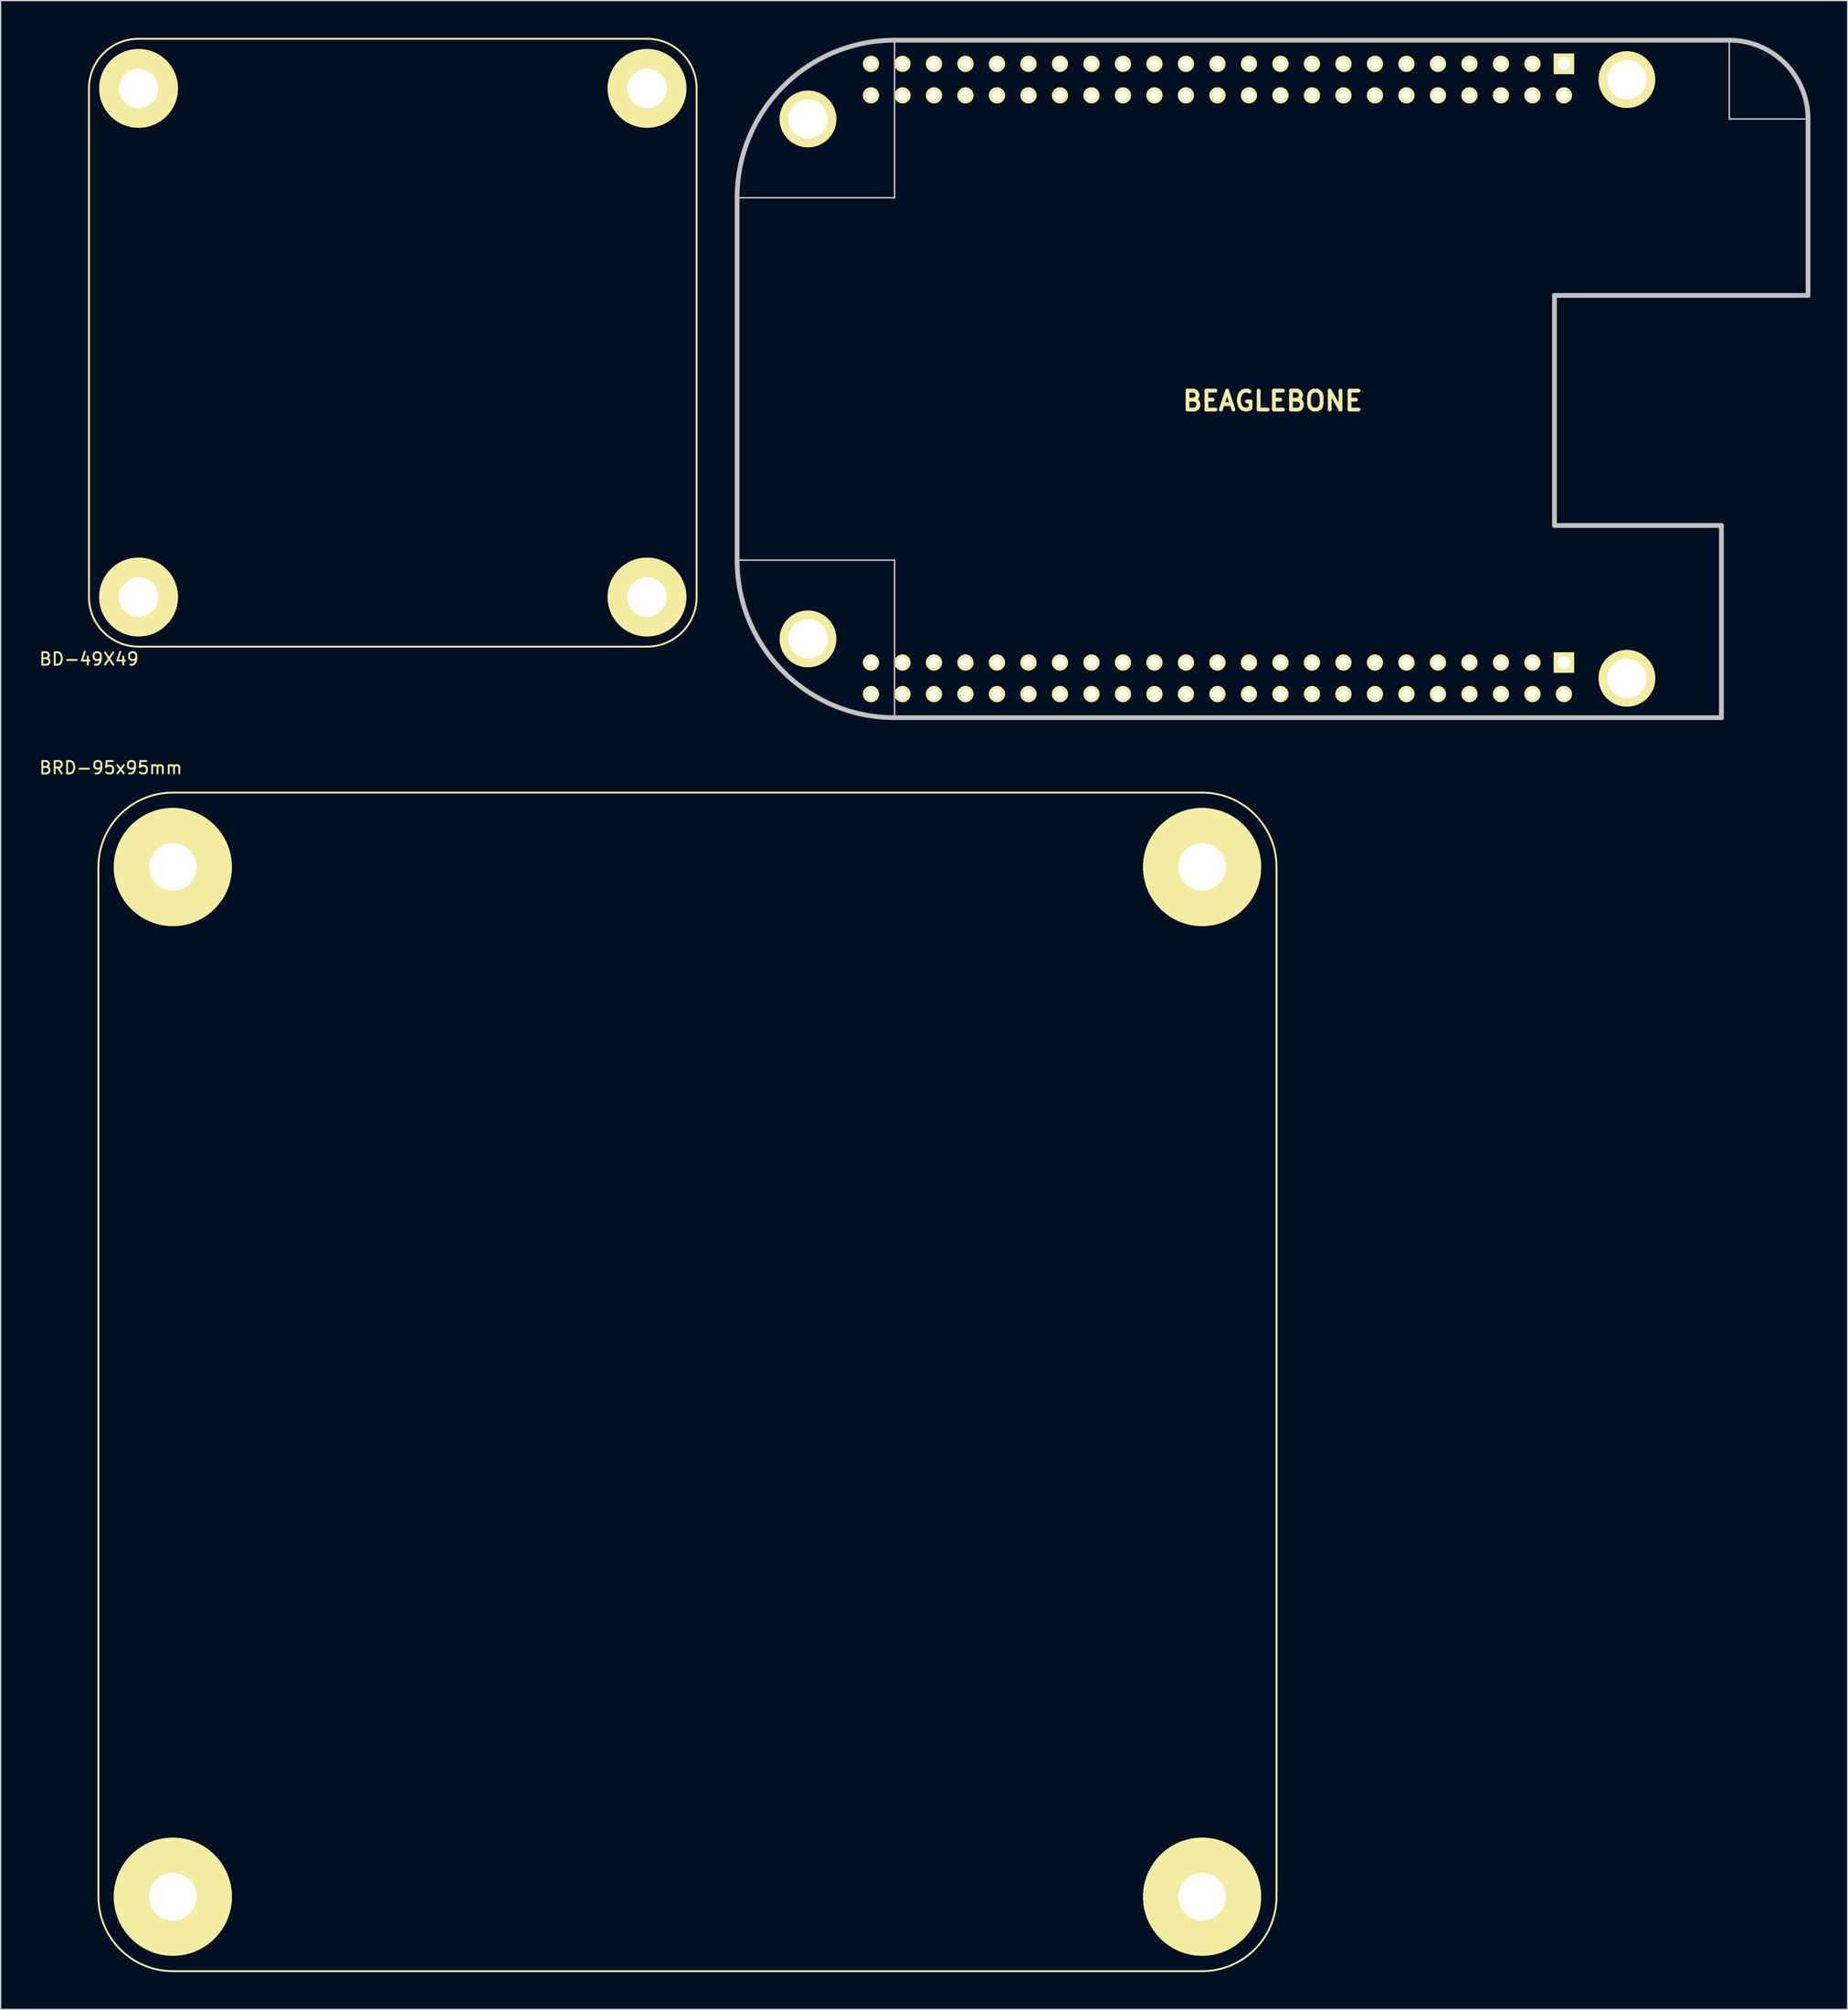
<source format=kicad_pcb>
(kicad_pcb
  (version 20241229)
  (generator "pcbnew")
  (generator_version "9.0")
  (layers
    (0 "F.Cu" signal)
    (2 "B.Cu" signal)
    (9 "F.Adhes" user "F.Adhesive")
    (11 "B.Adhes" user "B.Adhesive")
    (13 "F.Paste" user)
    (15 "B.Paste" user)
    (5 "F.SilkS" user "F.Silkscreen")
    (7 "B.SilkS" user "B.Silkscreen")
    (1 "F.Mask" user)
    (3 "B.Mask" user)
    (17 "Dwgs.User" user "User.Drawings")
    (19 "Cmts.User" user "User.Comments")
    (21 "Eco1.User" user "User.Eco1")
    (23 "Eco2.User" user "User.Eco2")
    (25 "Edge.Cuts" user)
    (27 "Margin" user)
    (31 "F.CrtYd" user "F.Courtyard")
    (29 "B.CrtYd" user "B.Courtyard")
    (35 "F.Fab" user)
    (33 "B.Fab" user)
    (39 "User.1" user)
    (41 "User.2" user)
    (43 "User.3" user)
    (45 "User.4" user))
  (footprint "BRD-95x95mm"
    (layer "F.Cu")
    (at 4.887 60.839)
    (property "Reference" "BRD-95x95mm" (at 1 -2 0) (layer "F.SilkS") (effects (font (size 1 1) (thickness 0.15))))
    (attr through_hole)
    (fp_line (start 0 89) (end 0 6) (stroke (width 0.15) (type solid)) (layer "F.SilkS"))
    (fp_line (start 6 0) (end 89 0) (stroke (width 0.15) (type solid)) (layer "F.SilkS"))
    (fp_line (start 89 95) (end 6 95) (stroke (width 0.15) (type solid)) (layer "F.SilkS"))
    (fp_line (start 95 6) (end 95 89) (stroke (width 0.15) (type solid)) (layer "F.SilkS"))
    (fp_arc (start 0 6) (mid 1.757359 1.757359) (end 6 0) (stroke (width 0.15) (type solid)) (layer "F.SilkS"))
    (fp_arc (start 6 95) (mid 1.757359 93.242641) (end 0 89) (stroke (width 0.15) (type solid)) (layer "F.SilkS"))
    (fp_arc (start 89 0) (mid 93.242641 1.757359) (end 95 6) (stroke (width 0.15) (type solid)) (layer "F.SilkS"))
    (fp_arc (start 95 89) (mid 93.242641 93.242641) (end 89 95) (stroke (width 0.15) (type solid)) (layer "F.SilkS"))
    (pad "1" thru_hole circle (at 6 6) (size 9.525 9.525) (drill 3.835) (layers "*.Cu" "*.Mask" "F.SilkS"))
    (pad "2" thru_hole circle (at 89 6) (size 9.525 9.525) (drill 3.835) (layers "*.Cu" "*.Mask" "F.SilkS"))
    (pad "3" thru_hole circle (at 6 89) (size 9.525 9.525) (drill 3.835) (layers "*.Cu" "*.Mask" "F.SilkS"))
    (pad "4" thru_hole circle (at 89 89) (size 9.525 9.525) (drill 3.835) (layers "*.Cu" "*.Mask" "F.SilkS")))
  (footprint "BEAGLEBONE"
    (layer "F.Cu")
    (at 99.57 27.495)
    (property "Reference" "BEAGLEBONE" (at 0 1.778 0) (layer "F.SilkS") (effects (font (size 1.524 1.524) (thickness 0.305))))
    (attr through_hole)
    (fp_line (start -43.18 -14.605) (end -43.18 14.605) (stroke (width 0.381) (type solid)) (layer "Dwgs.User"))
    (fp_line (start -43.18 -14.605) (end -30.48 -14.605) (stroke (width 0.12) (type solid)) (layer "Dwgs.User"))
    (fp_line (start -43.18 14.605) (end -30.48 14.605) (stroke (width 0.12) (type solid)) (layer "Dwgs.User"))
    (fp_line (start -30.48 -14.605) (end -30.48 -27.305) (stroke (width 0.12) (type solid)) (layer "Dwgs.User"))
    (fp_line (start -30.48 -27.305) (end 36.83 -27.305) (stroke (width 0.381) (type solid)) (layer "Dwgs.User"))
    (fp_line (start -30.48 14.605) (end -30.48 27.305) (stroke (width 0.12) (type solid)) (layer "Dwgs.User"))
    (fp_line (start -30.48 27.305) (end 36.195 27.305) (stroke (width 0.381) (type solid)) (layer "Dwgs.User"))
    (fp_line (start 22.733 -6.731) (end 22.733 11.811) (stroke (width 0.381) (type solid)) (layer "Dwgs.User"))
    (fp_line (start 36.195 11.811) (end 22.733 11.811) (stroke (width 0.381) (type solid)) (layer "Dwgs.User"))
    (fp_line (start 36.195 27.305) (end 36.195 11.811) (stroke (width 0.381) (type solid)) (layer "Dwgs.User"))
    (fp_line (start 36.83 -27.305) (end 36.83 -20.955) (stroke (width 0.12) (type solid)) (layer "Dwgs.User"))
    (fp_line (start 36.83 -20.955) (end 43.18 -20.955) (stroke (width 0.12) (type solid)) (layer "Dwgs.User"))
    (fp_line (start 43.18 -6.731) (end 22.733 -6.731) (stroke (width 0.381) (type solid)) (layer "Dwgs.User"))
    (fp_line (start 43.18 -6.731) (end 43.18 -20.955) (stroke (width 0.381) (type solid)) (layer "Dwgs.User"))
    (fp_arc (start -43.18 -14.605) (mid -39.460256 -23.585255) (end -30.48 -27.305) (stroke (width 0.381) (type solid)) (layer "Dwgs.User"))
    (fp_arc (start -30.48 27.305) (mid -39.460255 23.585256) (end -43.18 14.605) (stroke (width 0.381) (type solid)) (layer "Dwgs.User"))
    (fp_arc (start 36.83 -27.305) (mid 41.320128 -25.445128) (end 43.18 -20.955) (stroke (width 0.381) (type solid)) (layer "Dwgs.User"))
    (pad "B1" thru_hole rect (at 23.495 22.86) (size 1.651 1.651) (drill 1.016) (layers "*.Cu" "*.Mask" "F.SilkS"))
    (pad "B2" thru_hole circle (at 23.495 25.4) (size 1.3 1.3) (drill 0.8) (layers "*.Cu" "*.Mask" "F.SilkS"))
    (pad "B3" thru_hole circle (at 20.955 22.86) (size 1.3 1.3) (drill 0.8) (layers "*.Cu" "*.Mask" "F.SilkS"))
    (pad "B4" thru_hole circle (at 20.955 25.4) (size 1.3 1.3) (drill 0.8) (layers "*.Cu" "*.Mask" "F.SilkS"))
    (pad "B5" thru_hole circle (at 18.415 22.86) (size 1.3 1.3) (drill 0.8) (layers "*.Cu" "*.Mask" "F.SilkS"))
    (pad "B6" thru_hole circle (at 18.415 25.4) (size 1.3 1.3) (drill 0.8) (layers "*.Cu" "*.Mask" "F.SilkS"))
    (pad "B7" thru_hole circle (at 15.875 22.86) (size 1.3 1.3) (drill 0.8) (layers "*.Cu" "*.Mask" "F.SilkS"))
    (pad "B8" thru_hole circle (at 15.875 25.4) (size 1.3 1.3) (drill 0.8) (layers "*.Cu" "*.Mask" "F.SilkS"))
    (pad "B9" thru_hole circle (at 13.335 22.86) (size 1.3 1.3) (drill 0.8) (layers "*.Cu" "*.Mask" "F.SilkS"))
    (pad "B10" thru_hole circle (at 13.335 25.4) (size 1.3 1.3) (drill 0.8) (layers "*.Cu" "*.Mask" "F.SilkS"))
    (pad "B11" thru_hole circle (at 10.795 22.86) (size 1.3 1.3) (drill 0.8) (layers "*.Cu" "*.Mask" "F.SilkS"))
    (pad "B12" thru_hole circle (at 10.795 25.4) (size 1.3 1.3) (drill 0.8) (layers "*.Cu" "*.Mask" "F.SilkS"))
    (pad "B13" thru_hole circle (at 8.255 22.86) (size 1.3 1.3) (drill 0.8) (layers "*.Cu" "*.Mask" "F.SilkS"))
    (pad "B14" thru_hole circle (at 8.255 25.4) (size 1.3 1.3) (drill 0.8) (layers "*.Cu" "*.Mask" "F.SilkS"))
    (pad "B15" thru_hole circle (at 5.715 22.86) (size 1.3 1.3) (drill 0.8) (layers "*.Cu" "*.Mask" "F.SilkS"))
    (pad "B16" thru_hole circle (at 5.715 25.4) (size 1.3 1.3) (drill 0.8) (layers "*.Cu" "*.Mask" "F.SilkS"))
    (pad "B17" thru_hole circle (at 3.175 22.86) (size 1.3 1.3) (drill 0.8) (layers "*.Cu" "*.Mask" "F.SilkS"))
    (pad "B18" thru_hole circle (at 3.175 25.4) (size 1.3 1.3) (drill 0.8) (layers "*.Cu" "*.Mask" "F.SilkS"))
    (pad "B19" thru_hole circle (at 0.635 22.86) (size 1.3 1.3) (drill 0.8) (layers "*.Cu" "*.Mask" "F.SilkS"))
    (pad "B20" thru_hole circle (at 0.635 25.4) (size 1.3 1.3) (drill 0.8) (layers "*.Cu" "*.Mask" "F.SilkS"))
    (pad "B21" thru_hole circle (at -1.905 22.86) (size 1.3 1.3) (drill 0.8) (layers "*.Cu" "*.Mask" "F.SilkS"))
    (pad "B22" thru_hole circle (at -1.905 25.4) (size 1.3 1.3) (drill 0.8) (layers "*.Cu" "*.Mask" "F.SilkS"))
    (pad "B23" thru_hole circle (at -4.445 22.86) (size 1.3 1.3) (drill 0.8) (layers "*.Cu" "*.Mask" "F.SilkS"))
    (pad "B24" thru_hole circle (at -4.445 25.4) (size 1.3 1.3) (drill 0.8) (layers "*.Cu" "*.Mask" "F.SilkS"))
    (pad "B25" thru_hole circle (at -6.985 22.86) (size 1.3 1.3) (drill 0.8) (layers "*.Cu" "*.Mask" "F.SilkS"))
    (pad "B26" thru_hole circle (at -6.985 25.4) (size 1.3 1.3) (drill 0.8) (layers "*.Cu" "*.Mask" "F.SilkS"))
    (pad "B27" thru_hole circle (at -9.525 22.86) (size 1.3 1.3) (drill 0.8) (layers "*.Cu" "*.Mask" "F.SilkS"))
    (pad "B28" thru_hole circle (at -9.525 25.4) (size 1.3 1.3) (drill 0.8) (layers "*.Cu" "*.Mask" "F.SilkS"))
    (pad "B29" thru_hole circle (at -12.065 22.86) (size 1.3 1.3) (drill 0.8) (layers "*.Cu" "*.Mask" "F.SilkS"))
    (pad "B30" thru_hole circle (at -12.065 25.4) (size 1.3 1.3) (drill 0.8) (layers "*.Cu" "*.Mask" "F.SilkS"))
    (pad "B31" thru_hole circle (at -14.605 22.86) (size 1.3 1.3) (drill 0.8) (layers "*.Cu" "*.Mask" "F.SilkS"))
    (pad "B32" thru_hole circle (at -14.605 25.4) (size 1.3 1.3) (drill 0.8) (layers "*.Cu" "*.Mask" "F.SilkS"))
    (pad "B33" thru_hole circle (at -17.145 22.86) (size 1.3 1.3) (drill 0.8) (layers "*.Cu" "*.Mask" "F.SilkS"))
    (pad "B34" thru_hole circle (at -17.145 25.4) (size 1.3 1.3) (drill 0.8) (layers "*.Cu" "*.Mask" "F.SilkS"))
    (pad "B35" thru_hole circle (at -19.685 22.86) (size 1.3 1.3) (drill 0.8) (layers "*.Cu" "*.Mask" "F.SilkS"))
    (pad "B36" thru_hole circle (at -19.685 25.4) (size 1.3 1.3) (drill 0.8) (layers "*.Cu" "*.Mask" "F.SilkS"))
    (pad "B37" thru_hole circle (at -22.225 22.86) (size 1.3 1.3) (drill 0.8) (layers "*.Cu" "*.Mask" "F.SilkS"))
    (pad "B38" thru_hole circle (at -22.225 25.4) (size 1.3 1.3) (drill 0.8) (layers "*.Cu" "*.Mask" "F.SilkS"))
    (pad "B39" thru_hole circle (at -24.765 22.86) (size 1.3 1.3) (drill 0.8) (layers "*.Cu" "*.Mask" "F.SilkS"))
    (pad "B40" thru_hole circle (at -24.765 25.4) (size 1.3 1.3) (drill 0.8) (layers "*.Cu" "*.Mask" "F.SilkS"))
    (pad "B41" thru_hole circle (at -27.305 22.86) (size 1.3 1.3) (drill 0.8) (layers "*.Cu" "*.Mask" "F.SilkS"))
    (pad "B42" thru_hole circle (at -27.305 25.4) (size 1.3 1.3) (drill 0.8) (layers "*.Cu" "*.Mask" "F.SilkS"))
    (pad "B43" thru_hole circle (at -29.845 22.86) (size 1.3 1.3) (drill 0.8) (layers "*.Cu" "*.Mask" "F.SilkS"))
    (pad "B44" thru_hole circle (at -29.845 25.4) (size 1.3 1.3) (drill 0.8) (layers "*.Cu" "*.Mask" "F.SilkS"))
    (pad "B45" thru_hole circle (at -32.385 22.86) (size 1.3 1.3) (drill 0.8) (layers "*.Cu" "*.Mask" "F.SilkS"))
    (pad "B46" thru_hole circle (at -32.385 25.4) (size 1.3 1.3) (drill 0.8) (layers "*.Cu" "*.Mask" "F.SilkS"))
    (pad "C1" thru_hole rect (at 23.495 -25.4) (size 1.651 1.651) (drill 1.016) (layers "*.Cu" "*.Mask" "F.SilkS"))
    (pad "C2" thru_hole circle (at 23.495 -22.86) (size 1.3 1.3) (drill 0.8) (layers "*.Cu" "*.Mask" "F.SilkS"))
    (pad "C3" thru_hole circle (at 20.955 -25.4) (size 1.3 1.3) (drill 0.8) (layers "*.Cu" "*.Mask" "F.SilkS"))
    (pad "C4" thru_hole circle (at 20.955 -22.86) (size 1.3 1.3) (drill 0.8) (layers "*.Cu" "*.Mask" "F.SilkS"))
    (pad "C5" thru_hole circle (at 18.415 -25.4) (size 1.3 1.3) (drill 0.8) (layers "*.Cu" "*.Mask" "F.SilkS"))
    (pad "C6" thru_hole circle (at 18.415 -22.86) (size 1.3 1.3) (drill 0.8) (layers "*.Cu" "*.Mask" "F.SilkS"))
    (pad "C7" thru_hole circle (at 15.875 -25.4) (size 1.3 1.3) (drill 0.8) (layers "*.Cu" "*.Mask" "F.SilkS"))
    (pad "C8" thru_hole circle (at 15.875 -22.86) (size 1.3 1.3) (drill 0.8) (layers "*.Cu" "*.Mask" "F.SilkS"))
    (pad "C9" thru_hole circle (at 13.335 -25.4) (size 1.3 1.3) (drill 0.8) (layers "*.Cu" "*.Mask" "F.SilkS"))
    (pad "C10" thru_hole circle (at 13.335 -22.86) (size 1.3 1.3) (drill 0.8) (layers "*.Cu" "*.Mask" "F.SilkS"))
    (pad "C11" thru_hole circle (at 10.795 -25.4) (size 1.3 1.3) (drill 0.8) (layers "*.Cu" "*.Mask" "F.SilkS"))
    (pad "C12" thru_hole circle (at 10.795 -22.86) (size 1.3 1.3) (drill 0.8) (layers "*.Cu" "*.Mask" "F.SilkS"))
    (pad "C13" thru_hole circle (at 8.255 -25.4) (size 1.3 1.3) (drill 0.8) (layers "*.Cu" "*.Mask" "F.SilkS"))
    (pad "C14" thru_hole circle (at 8.255 -22.86) (size 1.3 1.3) (drill 0.8) (layers "*.Cu" "*.Mask" "F.SilkS"))
    (pad "C15" thru_hole circle (at 5.715 -25.4) (size 1.3 1.3) (drill 0.8) (layers "*.Cu" "*.Mask" "F.SilkS"))
    (pad "C16" thru_hole circle (at 5.715 -22.86) (size 1.3 1.3) (drill 0.8) (layers "*.Cu" "*.Mask" "F.SilkS"))
    (pad "C17" thru_hole circle (at 3.175 -25.4) (size 1.3 1.3) (drill 0.8) (layers "*.Cu" "*.Mask" "F.SilkS"))
    (pad "C18" thru_hole circle (at 3.175 -22.86) (size 1.3 1.3) (drill 0.8) (layers "*.Cu" "*.Mask" "F.SilkS"))
    (pad "C19" thru_hole circle (at 0.635 -25.4) (size 1.3 1.3) (drill 0.8) (layers "*.Cu" "*.Mask" "F.SilkS"))
    (pad "C20" thru_hole circle (at 0.635 -22.86) (size 1.3 1.3) (drill 0.8) (layers "*.Cu" "*.Mask" "F.SilkS"))
    (pad "C21" thru_hole circle (at -1.905 -25.4) (size 1.3 1.3) (drill 0.8) (layers "*.Cu" "*.Mask" "F.SilkS"))
    (pad "C22" thru_hole circle (at -1.905 -22.86) (size 1.3 1.3) (drill 0.8) (layers "*.Cu" "*.Mask" "F.SilkS"))
    (pad "C23" thru_hole circle (at -4.445 -25.4) (size 1.3 1.3) (drill 0.8) (layers "*.Cu" "*.Mask" "F.SilkS"))
    (pad "C24" thru_hole circle (at -4.445 -22.86) (size 1.3 1.3) (drill 0.8) (layers "*.Cu" "*.Mask" "F.SilkS"))
    (pad "C25" thru_hole circle (at -6.985 -25.4) (size 1.3 1.3) (drill 0.8) (layers "*.Cu" "*.Mask" "F.SilkS"))
    (pad "C26" thru_hole circle (at -6.985 -22.86) (size 1.3 1.3) (drill 0.8) (layers "*.Cu" "*.Mask" "F.SilkS"))
    (pad "C27" thru_hole circle (at -9.525 -25.4) (size 1.3 1.3) (drill 0.8) (layers "*.Cu" "*.Mask" "F.SilkS"))
    (pad "C28" thru_hole circle (at -9.525 -22.86) (size 1.3 1.3) (drill 0.8) (layers "*.Cu" "*.Mask" "F.SilkS"))
    (pad "C29" thru_hole circle (at -12.065 -25.4) (size 1.3 1.3) (drill 0.8) (layers "*.Cu" "*.Mask" "F.SilkS"))
    (pad "C30" thru_hole circle (at -12.065 -22.86) (size 1.3 1.3) (drill 0.8) (layers "*.Cu" "*.Mask" "F.SilkS"))
    (pad "C31" thru_hole circle (at -14.605 -25.4) (size 1.3 1.3) (drill 0.8) (layers "*.Cu" "*.Mask" "F.SilkS"))
    (pad "C32" thru_hole circle (at -14.605 -22.86) (size 1.3 1.3) (drill 0.8) (layers "*.Cu" "*.Mask" "F.SilkS"))
    (pad "C33" thru_hole circle (at -17.145 -25.4) (size 1.3 1.3) (drill 0.8) (layers "*.Cu" "*.Mask" "F.SilkS"))
    (pad "C34" thru_hole circle (at -17.145 -22.86) (size 1.3 1.3) (drill 0.8) (layers "*.Cu" "*.Mask" "F.SilkS"))
    (pad "C35" thru_hole circle (at -19.685 -25.4) (size 1.3 1.3) (drill 0.8) (layers "*.Cu" "*.Mask" "F.SilkS"))
    (pad "C36" thru_hole circle (at -19.685 -22.86) (size 1.3 1.3) (drill 0.8) (layers "*.Cu" "*.Mask" "F.SilkS"))
    (pad "C37" thru_hole circle (at -22.225 -25.4) (size 1.3 1.3) (drill 0.8) (layers "*.Cu" "*.Mask" "F.SilkS"))
    (pad "C38" thru_hole circle (at -22.225 -22.86) (size 1.3 1.3) (drill 0.8) (layers "*.Cu" "*.Mask" "F.SilkS"))
    (pad "C39" thru_hole circle (at -24.765 -25.4) (size 1.3 1.3) (drill 0.8) (layers "*.Cu" "*.Mask" "F.SilkS"))
    (pad "C40" thru_hole circle (at -24.765 -22.86) (size 1.3 1.3) (drill 0.8) (layers "*.Cu" "*.Mask" "F.SilkS"))
    (pad "C41" thru_hole circle (at -27.305 -25.4) (size 1.3 1.3) (drill 0.8) (layers "*.Cu" "*.Mask" "F.SilkS"))
    (pad "C42" thru_hole circle (at -27.305 -22.86) (size 1.3 1.3) (drill 0.8) (layers "*.Cu" "*.Mask" "F.SilkS"))
    (pad "C43" thru_hole circle (at -29.845 -25.4) (size 1.3 1.3) (drill 0.8) (layers "*.Cu" "*.Mask" "F.SilkS"))
    (pad "C44" thru_hole circle (at -29.845 -22.86) (size 1.3 1.3) (drill 0.8) (layers "*.Cu" "*.Mask" "F.SilkS"))
    (pad "C45" thru_hole circle (at -32.385 -25.4) (size 1.3 1.3) (drill 0.8) (layers "*.Cu" "*.Mask" "F.SilkS"))
    (pad "C46" thru_hole circle (at -32.385 -22.86) (size 1.3 1.3) (drill 0.8) (layers "*.Cu" "*.Mask" "F.SilkS"))
    (pad "M1" thru_hole circle (at -37.465 -20.955) (size 4.572 4.572) (drill 3.175) (layers "*.Cu" "*.Mask" "F.SilkS"))
    (pad "M2" thru_hole circle (at 28.575 -24.13) (size 4.572 4.572) (drill 3.175) (layers "*.Cu" "*.Mask" "F.SilkS"))
    (pad "M3" thru_hole circle (at 28.575 24.13) (size 4.572 4.572) (drill 3.175) (layers "*.Cu" "*.Mask" "F.SilkS"))
    (pad "M4" thru_hole circle (at -37.465 20.955) (size 4.572 4.572) (drill 3.175) (layers "*.Cu" "*.Mask" "F.SilkS")))
  (footprint "BD-49X49"
    (layer "F.Cu")
    (at 4.125 49.075)
    (property "Reference" "BD-49X49" (at 0 1 0) (layer "F.SilkS") (effects (font (size 1 1) (thickness 0.15))))
    (attr through_hole)
    (fp_line (start 0 -45) (end 0 -4) (stroke (width 0.15) (type solid)) (layer "F.SilkS"))
    (fp_line (start 4 0) (end 45 0) (stroke (width 0.15) (type solid)) (layer "F.SilkS"))
    (fp_line (start 45 -49) (end 4 -49) (stroke (width 0.15) (type solid)) (layer "F.SilkS"))
    (fp_line (start 49 -4) (end 49 -45) (stroke (width 0.15) (type solid)) (layer "F.SilkS"))
    (fp_arc (start 0 -45) (mid 1.171573 -47.828427) (end 4 -49) (stroke (width 0.15) (type solid)) (layer "F.SilkS"))
    (fp_arc (start 4 0) (mid 1.171573 -1.171573) (end 0 -4) (stroke (width 0.15) (type solid)) (layer "F.SilkS"))
    (fp_arc (start 45 -49) (mid 47.828427 -47.828427) (end 49 -45) (stroke (width 0.15) (type solid)) (layer "F.SilkS"))
    (fp_arc (start 49 -4) (mid 47.828427 -1.171573) (end 45 0) (stroke (width 0.15) (type solid)) (layer "F.SilkS"))
    (pad "1" thru_hole circle (at 4 -45) (size 6.35 6.35) (drill 3.175) (layers "*.Cu" "*.Mask" "F.SilkS"))
    (pad "2" thru_hole circle (at 45 -45) (size 6.35 6.35) (drill 3.175) (layers "*.Cu" "*.Mask" "F.SilkS"))
    (pad "3" thru_hole circle (at 4 -4) (size 6.35 6.35) (drill 3.175) (layers "*.Cu" "*.Mask" "F.SilkS"))
    (pad "4" thru_hole circle (at 45 -4) (size 6.35 6.35) (drill 3.175) (layers "*.Cu" "*.Mask" "F.SilkS")))
  (gr_rect
    (start -3 -3)
    (end 145.941 158.914)
    (stroke (width 0.1) (type default))
    (fill no)
    (layer "Edge.Cuts")))
</source>
